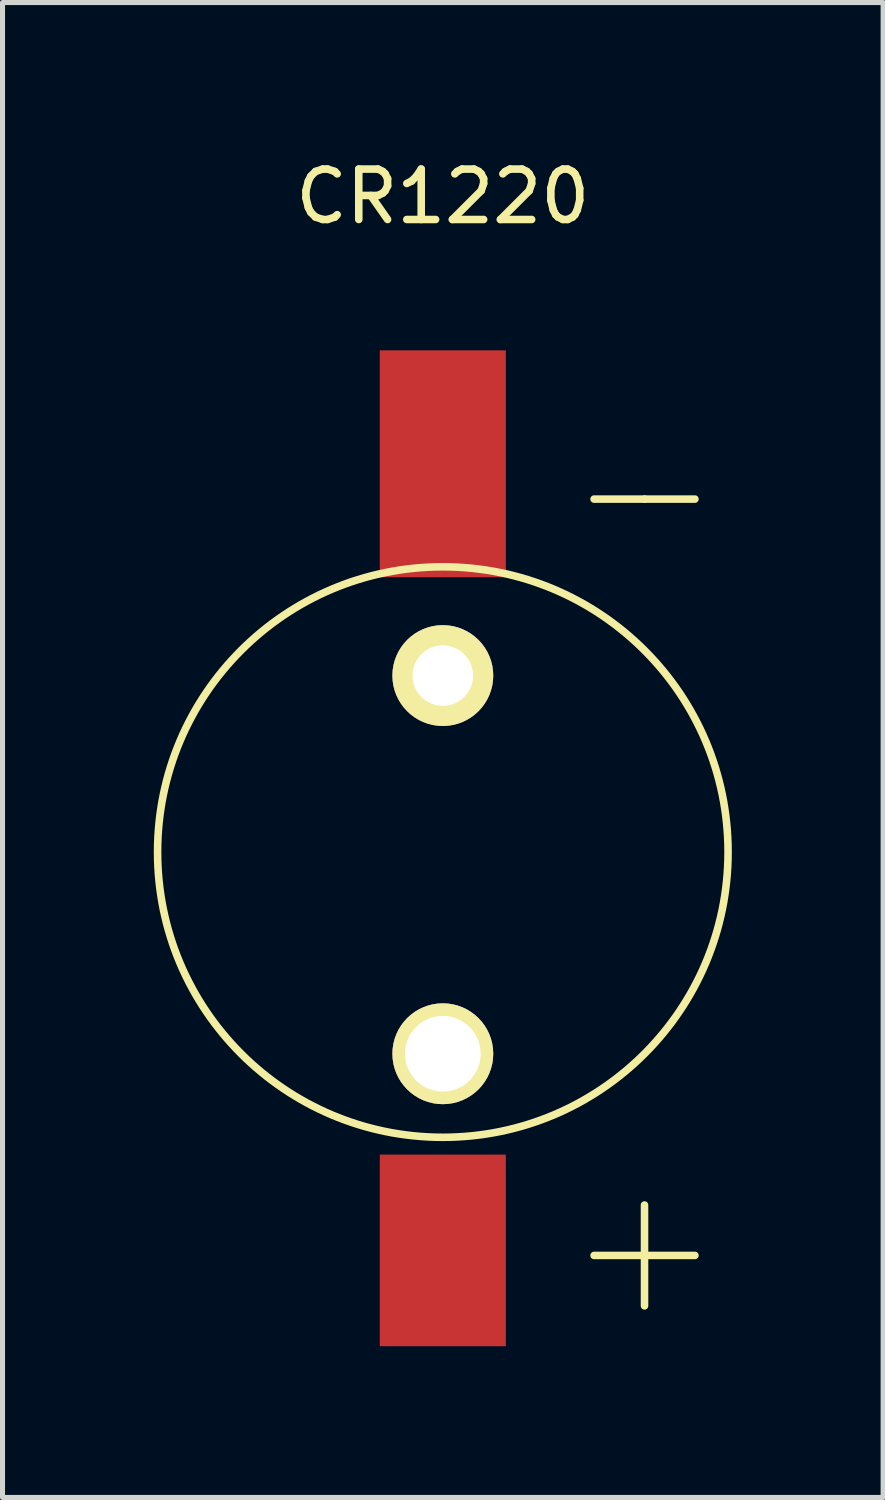
<source format=kicad_pcb>
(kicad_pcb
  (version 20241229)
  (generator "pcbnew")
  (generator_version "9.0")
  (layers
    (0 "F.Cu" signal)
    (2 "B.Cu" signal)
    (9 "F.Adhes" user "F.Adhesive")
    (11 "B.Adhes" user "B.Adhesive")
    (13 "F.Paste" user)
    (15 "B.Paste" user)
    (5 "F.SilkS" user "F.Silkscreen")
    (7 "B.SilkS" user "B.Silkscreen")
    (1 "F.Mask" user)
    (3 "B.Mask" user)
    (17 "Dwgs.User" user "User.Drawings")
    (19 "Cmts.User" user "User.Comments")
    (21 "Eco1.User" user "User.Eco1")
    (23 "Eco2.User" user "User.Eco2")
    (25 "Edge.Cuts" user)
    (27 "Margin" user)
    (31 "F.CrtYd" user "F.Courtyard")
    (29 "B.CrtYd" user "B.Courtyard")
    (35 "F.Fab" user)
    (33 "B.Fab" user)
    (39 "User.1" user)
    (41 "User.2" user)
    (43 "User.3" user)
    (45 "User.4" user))
  (footprint "CR1220"
    (layer "F.Cu")
    (at 5.732 17.848)
    (property "Reference" "CR1220" (at 0 -17 0) (layer "F.SilkS") (effects (font (size 1 1) (thickness 0.15))))
    (attr through_hole)
    (fp_line (start 3 -11) (end 4 -11) (stroke (width 0.15) (type solid)) (layer "F.SilkS"))
    (fp_line (start 3 4) (end 5 4) (stroke (width 0.15) (type solid)) (layer "F.SilkS"))
    (fp_line (start 4 -11) (end 5 -11) (stroke (width 0.15) (type solid)) (layer "F.SilkS"))
    (fp_line (start 4 3) (end 4 5) (stroke (width 0.15) (type solid)) (layer "F.SilkS"))
    (fp_circle (center 0 -4) (end 4 0) (stroke (width 0.15) (type solid)) (fill no) (layer "F.SilkS"))
    (pad "" np_thru_hole circle (at 0 -7.5) (size 2 2) (drill 1.2) (layers "*.Cu" "*.Paste" "*.Mask" "F.SilkS"))
    (pad "" np_thru_hole circle (at 0 0) (size 2 2) (drill 1.5) (layers "*.Cu" "*.Paste" "*.Mask" "F.SilkS"))
    (pad "1" smd rect (at 0 3.9) (size 2.5 3.8) (layers "F.Cu" "F.Mask" "F.Paste"))
    (pad "2" smd rect (at 0 -11.7) (size 2.5 4.5) (layers "F.Cu" "F.Mask" "F.Paste")))
  (gr_rect
    (start -3 -3)
    (end 14.464 26.648)
    (stroke (width 0.1) (type default))
    (fill no)
    (layer "Edge.Cuts")))
</source>
